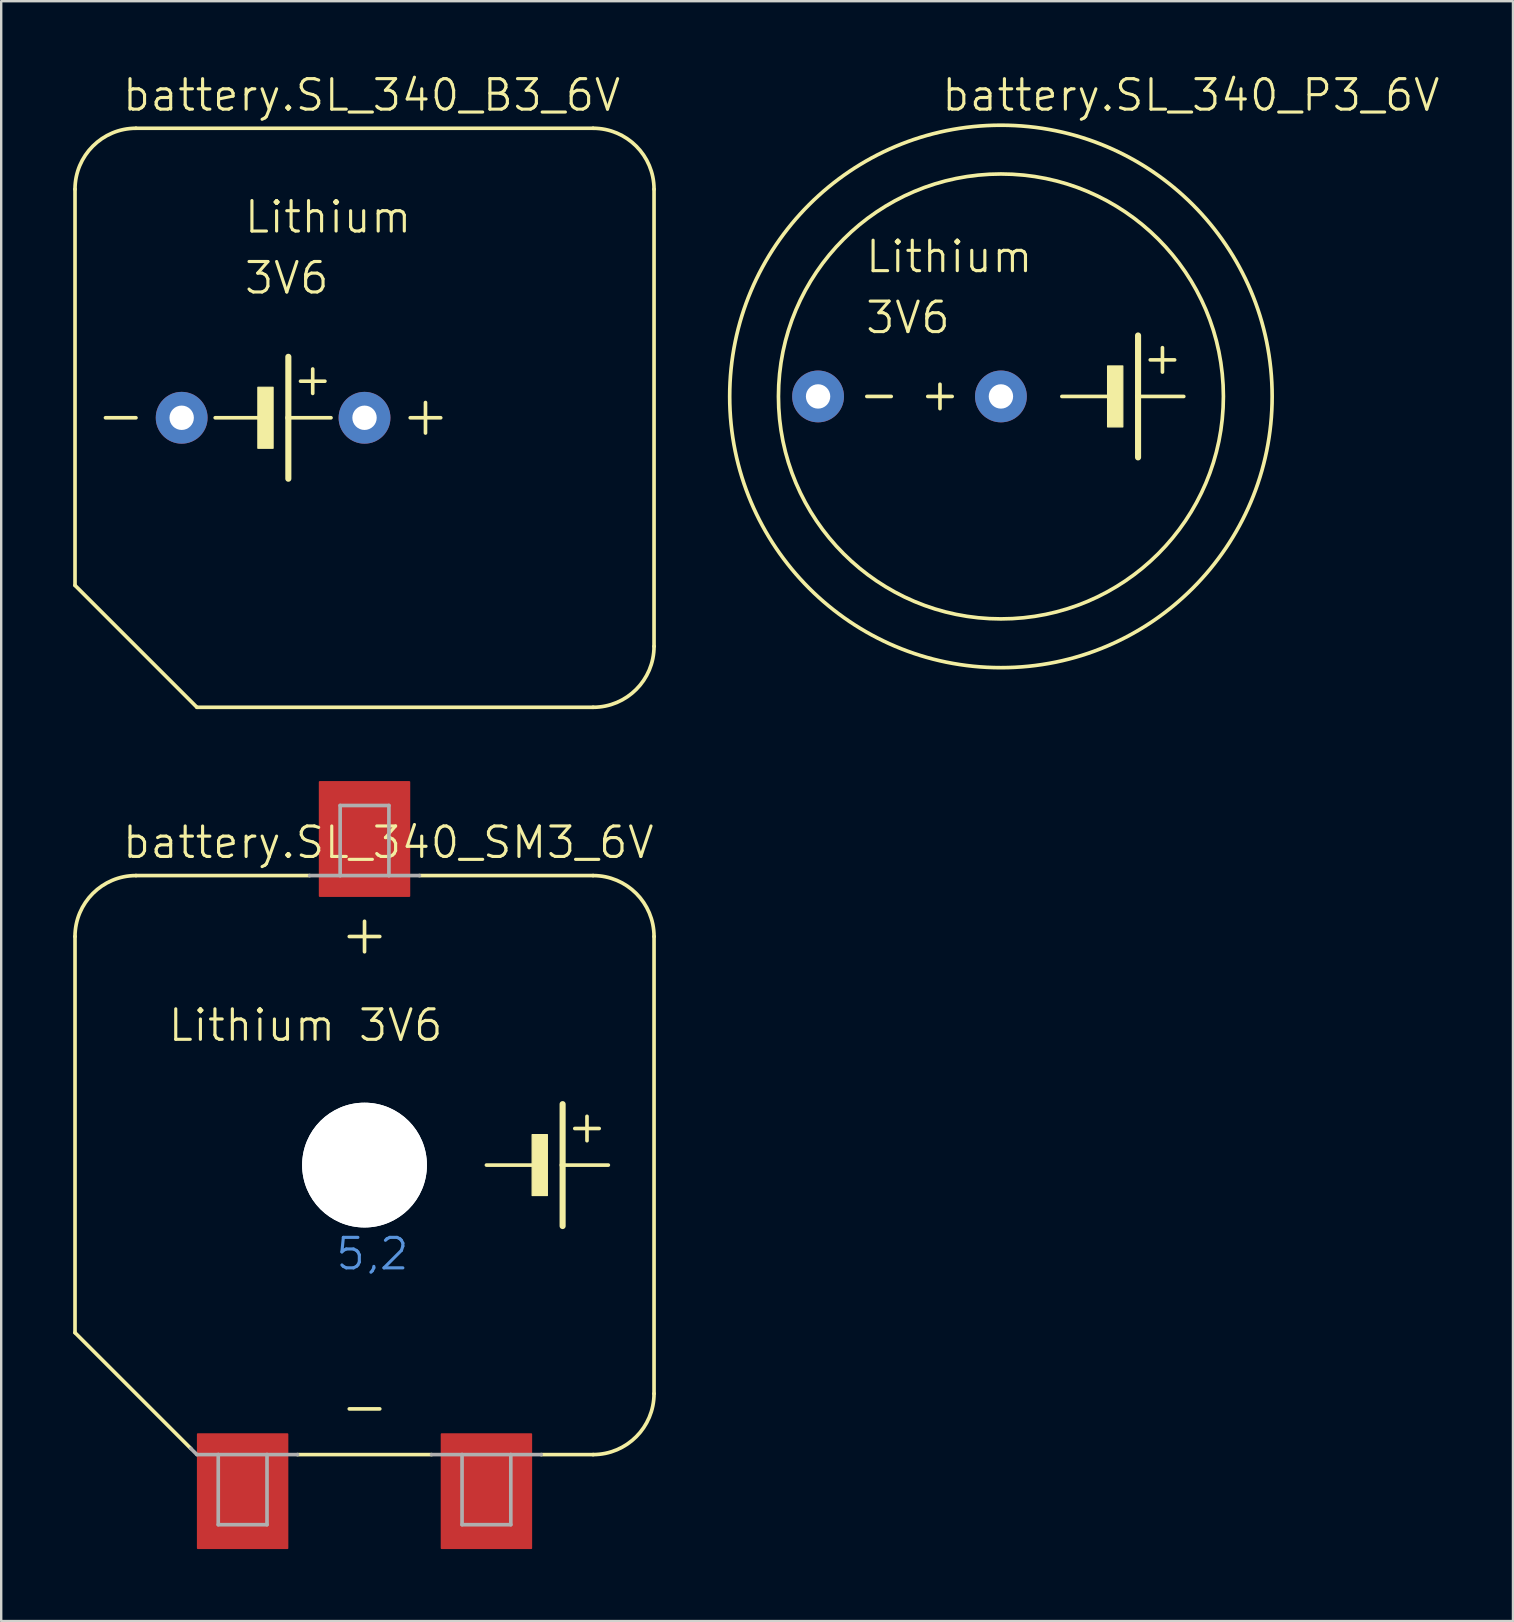
<source format=kicad_pcb>
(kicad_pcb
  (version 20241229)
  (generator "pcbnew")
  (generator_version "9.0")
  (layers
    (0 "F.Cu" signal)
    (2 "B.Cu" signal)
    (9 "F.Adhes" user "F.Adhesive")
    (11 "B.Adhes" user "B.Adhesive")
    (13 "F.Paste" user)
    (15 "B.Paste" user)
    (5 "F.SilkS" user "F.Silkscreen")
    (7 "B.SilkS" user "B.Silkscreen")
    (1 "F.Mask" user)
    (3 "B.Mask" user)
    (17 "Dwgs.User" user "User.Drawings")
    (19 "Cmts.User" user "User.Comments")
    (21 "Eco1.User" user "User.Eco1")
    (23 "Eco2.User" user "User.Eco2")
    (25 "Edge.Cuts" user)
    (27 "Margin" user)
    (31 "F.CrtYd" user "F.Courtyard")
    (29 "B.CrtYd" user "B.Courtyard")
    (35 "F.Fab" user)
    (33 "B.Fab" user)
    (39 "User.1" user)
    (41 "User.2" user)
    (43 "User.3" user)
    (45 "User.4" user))
  (footprint "battery.SL_340_B3_6V"
    (layer "F.Cu")
    (at 12.141 14.36)
    (property "Reference" "battery.SL_340_B3_6V" (at -10.16 -12.7 0) (layer "F.SilkS") (effects (font (size 1.27 1.27) (thickness 0.13)) (justify left bottom)))
    (attr through_hole)
    (fp_line (start -12.065 6.985) (end -12.065 -9.525) (stroke (width 0.152) (type default)) (layer "F.SilkS"))
    (fp_line (start -10.795 0) (end -9.525 0) (stroke (width 0.152) (type default)) (layer "F.SilkS"))
    (fp_line (start -9.525 -12.065) (end 9.525 -12.065) (stroke (width 0.152) (type default)) (layer "F.SilkS"))
    (fp_line (start -6.985 12.065) (end -12.065 6.985) (stroke (width 0.152) (type default)) (layer "F.SilkS"))
    (fp_line (start -6.223 0) (end -4.445 0) (stroke (width 0.152) (type default)) (layer "F.SilkS"))
    (fp_line (start -3.175 -2.54) (end -3.175 0) (stroke (width 0.254) (type default)) (layer "F.SilkS"))
    (fp_line (start -3.175 0) (end -3.175 2.54) (stroke (width 0.254) (type default)) (layer "F.SilkS"))
    (fp_line (start -3.175 0) (end -1.397 0) (stroke (width 0.152) (type default)) (layer "F.SilkS"))
    (fp_line (start -2.667 -1.524) (end -1.651 -1.524) (stroke (width 0.152) (type default)) (layer "F.SilkS"))
    (fp_line (start -2.159 -2.032) (end -2.159 -1.016) (stroke (width 0.152) (type default)) (layer "F.SilkS"))
    (fp_line (start 1.905 0) (end 3.175 0) (stroke (width 0.152) (type default)) (layer "F.SilkS"))
    (fp_line (start 2.54 0.635) (end 2.54 -0.635) (stroke (width 0.152) (type default)) (layer "F.SilkS"))
    (fp_line (start 9.525 12.065) (end -6.985 12.065) (stroke (width 0.152) (type default)) (layer "F.SilkS"))
    (fp_line (start 12.065 -9.525) (end 12.065 9.525) (stroke (width 0.152) (type default)) (layer "F.SilkS"))
    (fp_rect (start -4.445 1.27) (end -3.81 -1.27) (stroke (width 0.05) (type default)) (fill yes) (layer "F.SilkS"))
    (fp_arc (start -12.065 -9.525) (mid -11.321051 -11.321051) (end -9.525 -12.065) (stroke (width 0.1524) (type default)) (layer "F.SilkS"))
    (fp_arc (start 9.525 -12.065) (mid 11.321051 -11.321051) (end 12.065 -9.525) (stroke (width 0.1524) (type default)) (layer "F.SilkS"))
    (fp_arc (start 12.065 9.525) (mid 11.321051 11.321051) (end 9.525 12.065) (stroke (width 0.1524) (type default)) (layer "F.SilkS"))
    (fp_text user "3V6" (at -5.08 -5.08 0) (layer "F.SilkS") (effects (font (size 1.27 1.27) (thickness 0.13)) (justify left bottom)))
    (fp_text user "Lithium" (at -5.08 -7.62 0) (layer "F.SilkS") (effects (font (size 1.27 1.27) (thickness 0.13)) (justify left bottom)))
    (pad "+" thru_hole circle (at 0 0) (size 2.159 2.159) (drill 1.016) (layers "*.Cu" "*.Mask"))
    (pad "-" thru_hole circle (at -7.62 0) (size 2.159 2.159) (drill 1.016) (layers "*.Cu" "*.Mask")))
  (footprint "battery.SL_340_SM3_6V"
    (layer "F.Cu")
    (at 12.141 45.503)
    (property "Reference" "battery.SL_340_SM3_6V" (at -10.16 -12.7 0) (layer "F.SilkS") (effects (font (size 1.27 1.27) (thickness 0.13)) (justify left bottom)))
    (attr smd)
    (fp_line (start -12.065 6.985) (end -12.065 -9.525) (stroke (width 0.152) (type default)) (layer "F.SilkS"))
    (fp_line (start -9.525 -12.065) (end -2.286 -12.065) (stroke (width 0.152) (type default)) (layer "F.SilkS"))
    (fp_line (start -7.239 11.811) (end -12.065 6.985) (stroke (width 0.152) (type default)) (layer "F.SilkS"))
    (fp_line (start -0.635 -9.525) (end 0.635 -9.525) (stroke (width 0.152) (type default)) (layer "F.SilkS"))
    (fp_line (start -0.635 10.16) (end 0.635 10.16) (stroke (width 0.152) (type default)) (layer "F.SilkS"))
    (fp_line (start 0 -8.89) (end 0 -10.16) (stroke (width 0.152) (type default)) (layer "F.SilkS"))
    (fp_line (start 2.286 -12.065) (end 9.525 -12.065) (stroke (width 0.152) (type default)) (layer "F.SilkS"))
    (fp_line (start 2.794 12.065) (end -2.794 12.065) (stroke (width 0.152) (type default)) (layer "F.SilkS"))
    (fp_line (start 5.08 0) (end 6.985 0) (stroke (width 0.152) (type default)) (layer "F.SilkS"))
    (fp_line (start 8.255 -2.54) (end 8.255 0) (stroke (width 0.254) (type default)) (layer "F.SilkS"))
    (fp_line (start 8.255 0) (end 8.255 2.54) (stroke (width 0.254) (type default)) (layer "F.SilkS"))
    (fp_line (start 8.255 0) (end 10.16 0) (stroke (width 0.152) (type default)) (layer "F.SilkS"))
    (fp_line (start 8.763 -1.524) (end 9.779 -1.524) (stroke (width 0.152) (type default)) (layer "F.SilkS"))
    (fp_line (start 9.271 -2.032) (end 9.271 -1.016) (stroke (width 0.152) (type default)) (layer "F.SilkS"))
    (fp_line (start 9.525 12.065) (end 7.366 12.065) (stroke (width 0.152) (type default)) (layer "F.SilkS"))
    (fp_line (start 12.065 -9.525) (end 12.065 9.525) (stroke (width 0.152) (type default)) (layer "F.SilkS"))
    (fp_rect (start 6.985 1.27) (end 7.62 -1.27) (stroke (width 0.05) (type default)) (fill yes) (layer "F.SilkS"))
    (fp_arc (start -12.065 -9.525) (mid -11.321051 -11.321051) (end -9.525 -12.065) (stroke (width 0.1524) (type default)) (layer "F.SilkS"))
    (fp_arc (start 9.525 -12.065) (mid 11.321051 -11.321051) (end 12.065 -9.525) (stroke (width 0.1524) (type default)) (layer "F.SilkS"))
    (fp_arc (start 12.065 9.525) (mid 11.321051 11.321051) (end 9.525 12.065) (stroke (width 0.1524) (type default)) (layer "F.SilkS"))
    (fp_line (start -6.985 12.065) (end -7.239 11.811) (stroke (width 0.152) (type default)) (layer "F.Fab"))
    (fp_line (start -6.096 12.065) (end -6.985 12.065) (stroke (width 0.152) (type default)) (layer "F.Fab"))
    (fp_line (start -6.096 14.986) (end -6.096 12.065) (stroke (width 0.152) (type default)) (layer "F.Fab"))
    (fp_line (start -6.096 14.986) (end -4.064 14.986) (stroke (width 0.152) (type default)) (layer "F.Fab"))
    (fp_line (start -4.064 12.065) (end -6.096 12.065) (stroke (width 0.152) (type default)) (layer "F.Fab"))
    (fp_line (start -4.064 14.986) (end -4.064 12.065) (stroke (width 0.152) (type default)) (layer "F.Fab"))
    (fp_line (start -2.794 12.065) (end -4.064 12.065) (stroke (width 0.152) (type default)) (layer "F.Fab"))
    (fp_line (start -2.286 -12.065) (end -1.016 -12.065) (stroke (width 0.152) (type default)) (layer "F.Fab"))
    (fp_line (start -1.016 -14.986) (end -1.016 -12.065) (stroke (width 0.152) (type default)) (layer "F.Fab"))
    (fp_line (start -1.016 -14.986) (end 1.016 -14.986) (stroke (width 0.152) (type default)) (layer "F.Fab"))
    (fp_line (start -1.016 -12.065) (end 1.016 -12.065) (stroke (width 0.152) (type default)) (layer "F.Fab"))
    (fp_line (start 1.016 -14.986) (end 1.016 -12.065) (stroke (width 0.152) (type default)) (layer "F.Fab"))
    (fp_line (start 1.016 -12.065) (end 2.286 -12.065) (stroke (width 0.152) (type default)) (layer "F.Fab"))
    (fp_line (start 4.064 12.065) (end 2.794 12.065) (stroke (width 0.152) (type default)) (layer "F.Fab"))
    (fp_line (start 4.064 14.986) (end 4.064 12.065) (stroke (width 0.152) (type default)) (layer "F.Fab"))
    (fp_line (start 4.064 14.986) (end 6.096 14.986) (stroke (width 0.152) (type default)) (layer "F.Fab"))
    (fp_line (start 6.096 12.065) (end 4.064 12.065) (stroke (width 0.152) (type default)) (layer "F.Fab"))
    (fp_line (start 6.096 12.065) (end 7.366 12.065) (stroke (width 0.152) (type default)) (layer "F.Fab"))
    (fp_line (start 6.096 14.986) (end 6.096 12.065) (stroke (width 0.152) (type default)) (layer "F.Fab"))
    (fp_text user "Lithium 3V6" (at -8.255 -5.08 0) (layer "F.SilkS") (effects (font (size 1.27 1.27) (thickness 0.13)) (justify left bottom)))
    (fp_text user "5,2" (at -1.27 4.445 0) (layer "Cmts.User") (effects (font (size 1.27 1.27) (thickness 0.13)) (justify left bottom)))
    (pad "" np_thru_hole circle (at 0 0) (size 5.2 5.2) (drill 5.2) (layers "*.Cu" "*.Mask"))
    (pad "" np_thru_hole circle (at 0 0) (size 5.2 5.2) (drill 5.2) (layers "*.Cu" "*.Mask"))
    (pad "+" smd roundrect (at 0 -13.589) (size 3.81 4.826) (layers "F.Cu" "F.Mask" "F.Paste") (roundrect_rratio 0.01))
    (pad "-" smd roundrect (at -5.08 13.589) (size 3.81 4.826) (layers "F.Cu" "F.Mask" "F.Paste") (roundrect_rratio 0.01))
    (pad "-@1" smd roundrect (at 5.08 13.589) (size 3.81 4.826) (layers "F.Cu" "F.Mask" "F.Paste") (roundrect_rratio 0.01)))
  (footprint "battery.SL_340_P3_6V"
    (layer "F.Cu")
    (at 38.662 13.471)
    (property "Reference" "battery.SL_340_P3_6V" (at -2.54 -11.811 0) (layer "F.SilkS") (effects (font (size 1.27 1.27) (thickness 0.13)) (justify left bottom)))
    (attr through_hole)
    (fp_line (start -5.588 0) (end -4.572 0) (stroke (width 0.152) (type default)) (layer "F.SilkS"))
    (fp_line (start -3.048 0) (end -2.032 0) (stroke (width 0.152) (type default)) (layer "F.SilkS"))
    (fp_line (start -2.54 0.508) (end -2.54 -0.508) (stroke (width 0.152) (type default)) (layer "F.SilkS"))
    (fp_line (start 2.54 0) (end 4.445 0) (stroke (width 0.152) (type default)) (layer "F.SilkS"))
    (fp_line (start 5.715 -2.54) (end 5.715 0) (stroke (width 0.254) (type default)) (layer "F.SilkS"))
    (fp_line (start 5.715 0) (end 5.715 2.54) (stroke (width 0.254) (type default)) (layer "F.SilkS"))
    (fp_line (start 5.715 0) (end 7.62 0) (stroke (width 0.152) (type default)) (layer "F.SilkS"))
    (fp_line (start 6.223 -1.524) (end 7.239 -1.524) (stroke (width 0.152) (type default)) (layer "F.SilkS"))
    (fp_line (start 6.731 -2.032) (end 6.731 -1.016) (stroke (width 0.152) (type default)) (layer "F.SilkS"))
    (fp_rect (start 4.445 1.27) (end 5.08 -1.27) (stroke (width 0.05) (type default)) (fill yes) (layer "F.SilkS"))
    (fp_circle (center 0 0) (end 9.271 0) (stroke (width 0.152) (type default)) (fill no) (layer "F.SilkS"))
    (fp_circle (center 0 0) (end 11.303 0) (stroke (width 0.152) (type default)) (fill no) (layer "F.SilkS"))
    (fp_text user "3V6" (at -5.715 -2.54 0) (layer "F.SilkS") (effects (font (size 1.27 1.27) (thickness 0.13)) (justify left bottom)))
    (fp_text user "Lithium" (at -5.715 -5.08 0) (layer "F.SilkS") (effects (font (size 1.27 1.27) (thickness 0.13)) (justify left bottom)))
    (pad "+" thru_hole circle (at 0 0) (size 2.159 2.159) (drill 1.016) (layers "*.Cu" "*.Mask"))
    (pad "-" thru_hole circle (at -7.62 0) (size 2.159 2.159) (drill 1.016) (layers "*.Cu" "*.Mask")))
  (gr_rect
    (start -3 -3)
    (end 60.001 64.505)
    (stroke (width 0.1) (type default))
    (fill no)
    (layer "Edge.Cuts")))
</source>
